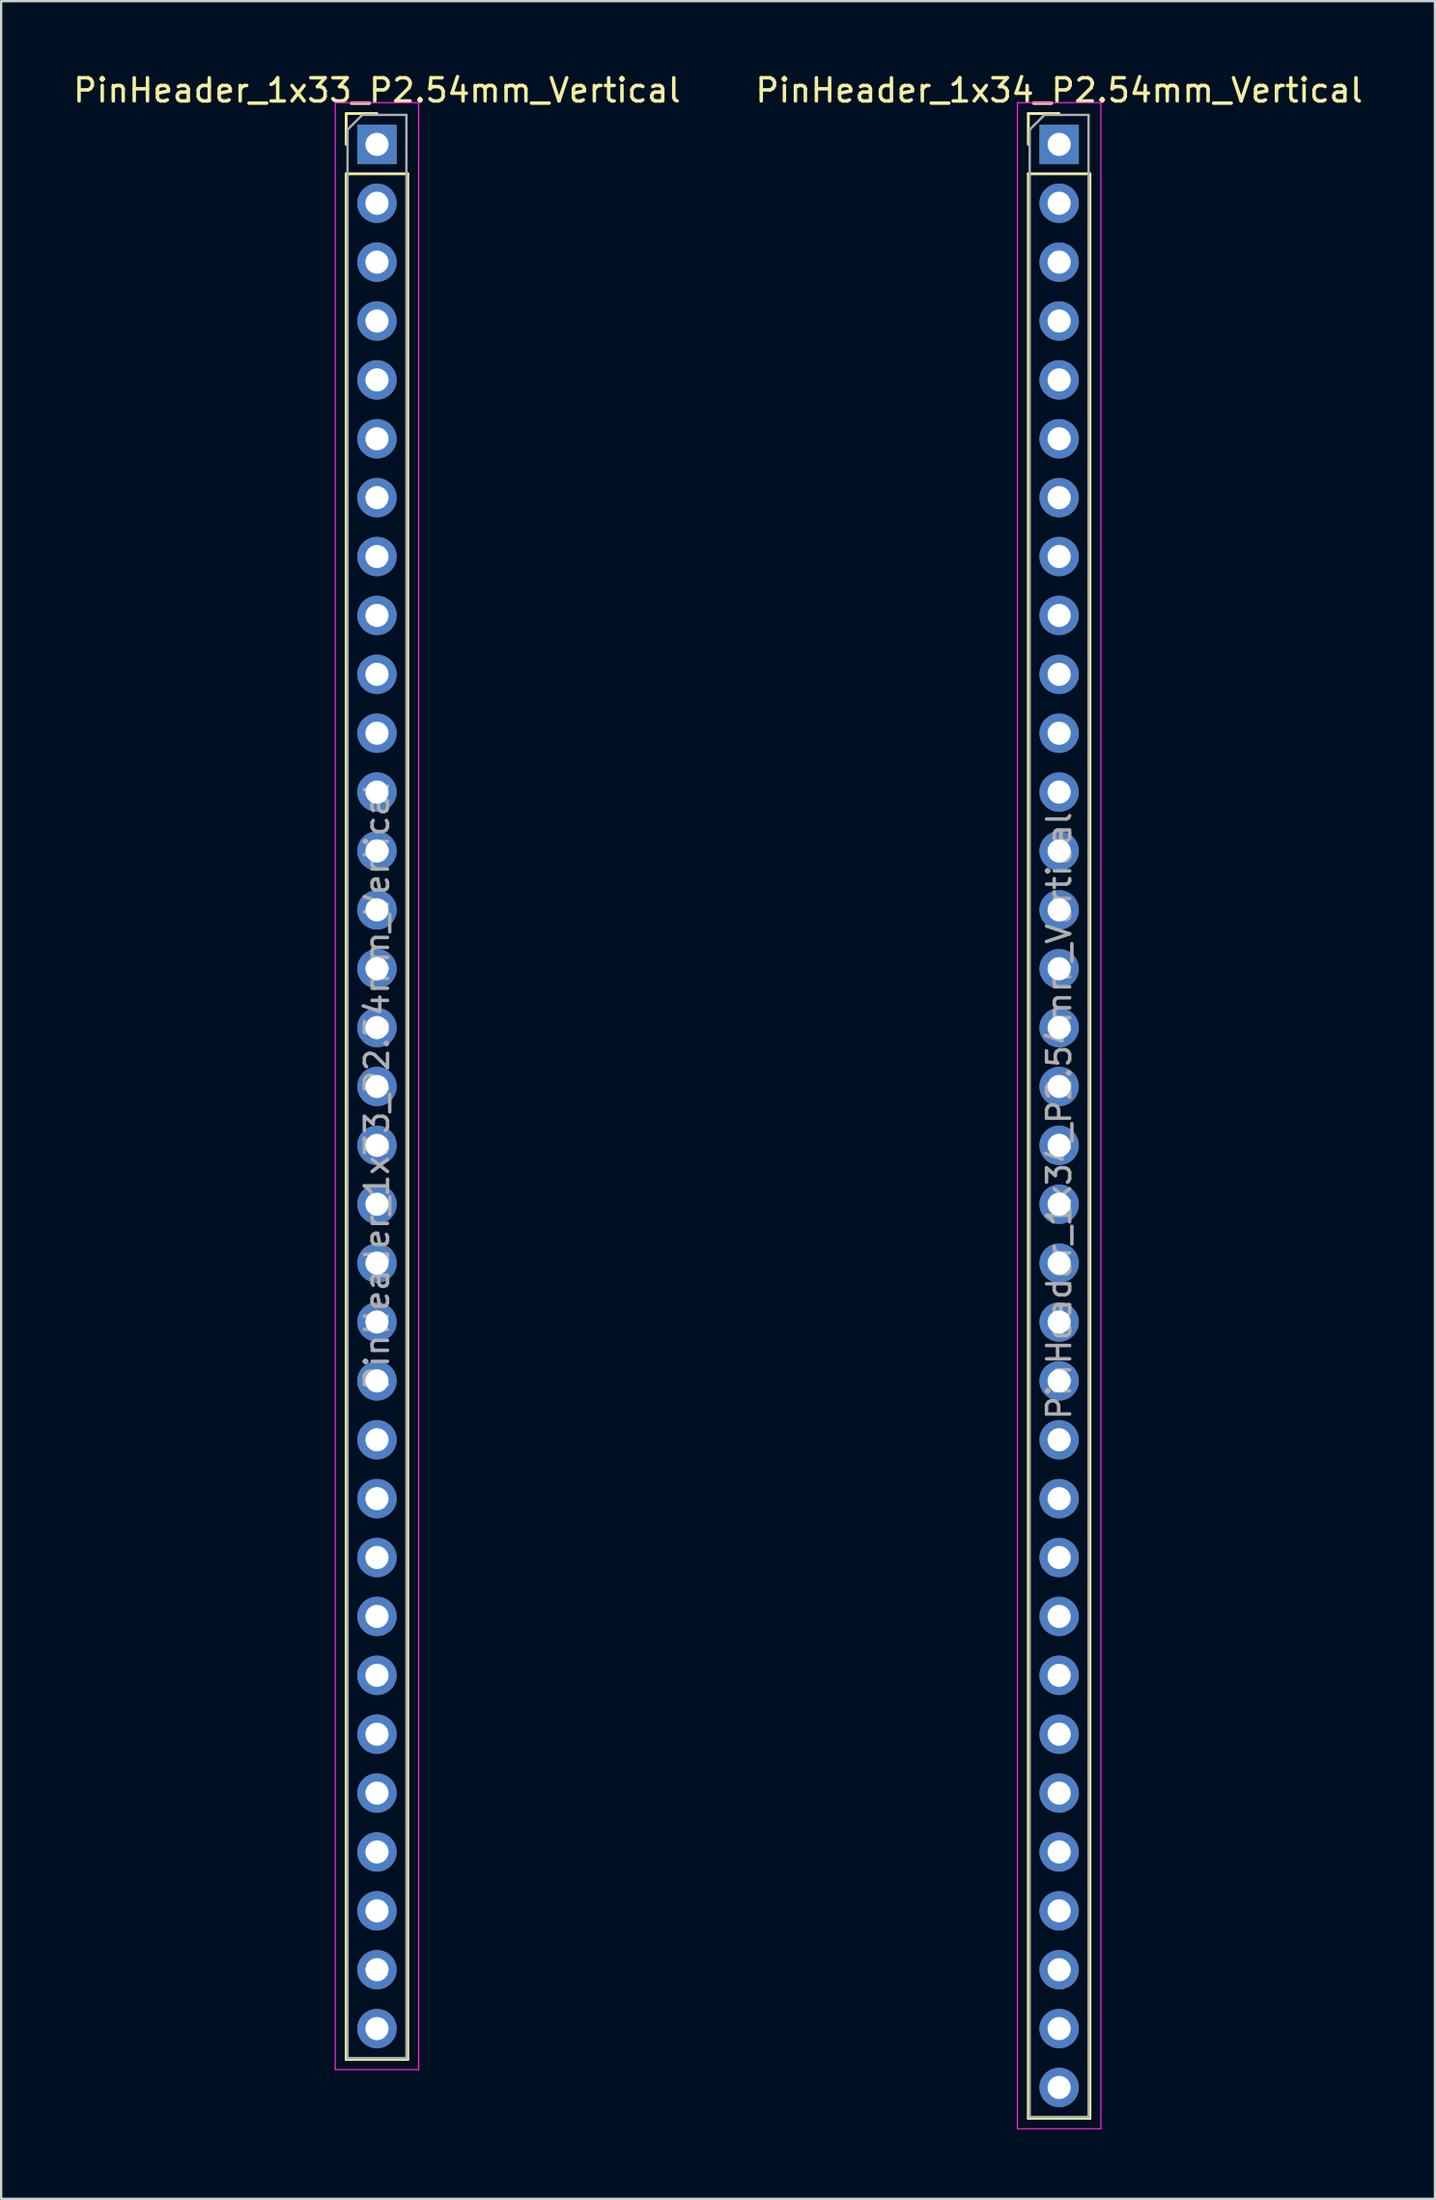
<source format=kicad_pcb>
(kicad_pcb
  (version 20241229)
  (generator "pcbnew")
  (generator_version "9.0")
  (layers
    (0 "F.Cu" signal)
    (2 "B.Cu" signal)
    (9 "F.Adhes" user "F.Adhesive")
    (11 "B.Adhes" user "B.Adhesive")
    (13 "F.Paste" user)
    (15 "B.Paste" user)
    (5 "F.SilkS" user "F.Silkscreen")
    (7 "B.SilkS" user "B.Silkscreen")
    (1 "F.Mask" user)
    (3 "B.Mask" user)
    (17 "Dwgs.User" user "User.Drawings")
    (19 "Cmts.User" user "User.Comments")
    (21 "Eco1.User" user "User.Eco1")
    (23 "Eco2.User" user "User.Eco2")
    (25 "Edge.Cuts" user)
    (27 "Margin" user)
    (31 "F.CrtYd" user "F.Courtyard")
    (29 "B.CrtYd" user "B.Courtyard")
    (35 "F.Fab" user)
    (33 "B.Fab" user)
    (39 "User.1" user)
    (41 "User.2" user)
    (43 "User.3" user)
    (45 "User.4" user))
  (footprint "PinHeader_1x33_P2.54mm_Vertical"
    (layer "F.Cu")
    (at 13.22 3.178)
    (property "Reference" "PinHeader_1x33_P2.54mm_Vertical" (at 0 -2.33 0) (layer "F.SilkS") (effects (font (size 1 1) (thickness 0.15))))
    (attr through_hole)
    (fp_line (start -1.33 -1.33) (end 0 -1.33) (stroke (width 0.12) (type solid)) (layer "F.SilkS"))
    (fp_line (start -1.33 0) (end -1.33 -1.33) (stroke (width 0.12) (type solid)) (layer "F.SilkS"))
    (fp_line (start -1.33 1.27) (end -1.33 82.61) (stroke (width 0.12) (type solid)) (layer "F.SilkS"))
    (fp_line (start -1.33 1.27) (end 1.33 1.27) (stroke (width 0.12) (type solid)) (layer "F.SilkS"))
    (fp_line (start -1.33 82.61) (end 1.33 82.61) (stroke (width 0.12) (type solid)) (layer "F.SilkS"))
    (fp_line (start 1.33 1.27) (end 1.33 82.61) (stroke (width 0.12) (type solid)) (layer "F.SilkS"))
    (fp_line (start -1.8 -1.8) (end -1.8 83.05) (stroke (width 0.05) (type solid)) (layer "F.CrtYd"))
    (fp_line (start -1.8 83.05) (end 1.8 83.05) (stroke (width 0.05) (type solid)) (layer "F.CrtYd"))
    (fp_line (start 1.8 -1.8) (end -1.8 -1.8) (stroke (width 0.05) (type solid)) (layer "F.CrtYd"))
    (fp_line (start 1.8 83.05) (end 1.8 -1.8) (stroke (width 0.05) (type solid)) (layer "F.CrtYd"))
    (fp_line (start -1.27 -0.635) (end -0.635 -1.27) (stroke (width 0.1) (type solid)) (layer "F.Fab"))
    (fp_line (start -1.27 82.55) (end -1.27 -0.635) (stroke (width 0.1) (type solid)) (layer "F.Fab"))
    (fp_line (start -0.635 -1.27) (end 1.27 -1.27) (stroke (width 0.1) (type solid)) (layer "F.Fab"))
    (fp_line (start 1.27 -1.27) (end 1.27 82.55) (stroke (width 0.1) (type solid)) (layer "F.Fab"))
    (fp_line (start 1.27 82.55) (end -1.27 82.55) (stroke (width 0.1) (type solid)) (layer "F.Fab"))
    (fp_text user "${REFERENCE}" (at 0 40.64 90) (layer "F.Fab") (effects (font (size 1 1) (thickness 0.15))))
    (pad "1" thru_hole rect (at 0 0) (size 1.7 1.7) (drill 1) (layers "*.Cu" "*.Mask"))
    (pad "2" thru_hole oval (at 0 2.54) (size 1.7 1.7) (drill 1) (layers "*.Cu" "*.Mask"))
    (pad "3" thru_hole oval (at 0 5.08) (size 1.7 1.7) (drill 1) (layers "*.Cu" "*.Mask"))
    (pad "4" thru_hole oval (at 0 7.62) (size 1.7 1.7) (drill 1) (layers "*.Cu" "*.Mask"))
    (pad "5" thru_hole oval (at 0 10.16) (size 1.7 1.7) (drill 1) (layers "*.Cu" "*.Mask"))
    (pad "6" thru_hole oval (at 0 12.7) (size 1.7 1.7) (drill 1) (layers "*.Cu" "*.Mask"))
    (pad "7" thru_hole oval (at 0 15.24) (size 1.7 1.7) (drill 1) (layers "*.Cu" "*.Mask"))
    (pad "8" thru_hole oval (at 0 17.78) (size 1.7 1.7) (drill 1) (layers "*.Cu" "*.Mask"))
    (pad "9" thru_hole oval (at 0 20.32) (size 1.7 1.7) (drill 1) (layers "*.Cu" "*.Mask"))
    (pad "10" thru_hole oval (at 0 22.86) (size 1.7 1.7) (drill 1) (layers "*.Cu" "*.Mask"))
    (pad "11" thru_hole oval (at 0 25.4) (size 1.7 1.7) (drill 1) (layers "*.Cu" "*.Mask"))
    (pad "12" thru_hole oval (at 0 27.94) (size 1.7 1.7) (drill 1) (layers "*.Cu" "*.Mask"))
    (pad "13" thru_hole oval (at 0 30.48) (size 1.7 1.7) (drill 1) (layers "*.Cu" "*.Mask"))
    (pad "14" thru_hole oval (at 0 33.02) (size 1.7 1.7) (drill 1) (layers "*.Cu" "*.Mask"))
    (pad "15" thru_hole oval (at 0 35.56) (size 1.7 1.7) (drill 1) (layers "*.Cu" "*.Mask"))
    (pad "16" thru_hole oval (at 0 38.1) (size 1.7 1.7) (drill 1) (layers "*.Cu" "*.Mask"))
    (pad "17" thru_hole oval (at 0 40.64) (size 1.7 1.7) (drill 1) (layers "*.Cu" "*.Mask"))
    (pad "18" thru_hole oval (at 0 43.18) (size 1.7 1.7) (drill 1) (layers "*.Cu" "*.Mask"))
    (pad "19" thru_hole oval (at 0 45.72) (size 1.7 1.7) (drill 1) (layers "*.Cu" "*.Mask"))
    (pad "20" thru_hole oval (at 0 48.26) (size 1.7 1.7) (drill 1) (layers "*.Cu" "*.Mask"))
    (pad "21" thru_hole oval (at 0 50.8) (size 1.7 1.7) (drill 1) (layers "*.Cu" "*.Mask"))
    (pad "22" thru_hole oval (at 0 53.34) (size 1.7 1.7) (drill 1) (layers "*.Cu" "*.Mask"))
    (pad "23" thru_hole oval (at 0 55.88) (size 1.7 1.7) (drill 1) (layers "*.Cu" "*.Mask"))
    (pad "24" thru_hole oval (at 0 58.42) (size 1.7 1.7) (drill 1) (layers "*.Cu" "*.Mask"))
    (pad "25" thru_hole oval (at 0 60.96) (size 1.7 1.7) (drill 1) (layers "*.Cu" "*.Mask"))
    (pad "26" thru_hole oval (at 0 63.5) (size 1.7 1.7) (drill 1) (layers "*.Cu" "*.Mask"))
    (pad "27" thru_hole oval (at 0 66.04) (size 1.7 1.7) (drill 1) (layers "*.Cu" "*.Mask"))
    (pad "28" thru_hole oval (at 0 68.58) (size 1.7 1.7) (drill 1) (layers "*.Cu" "*.Mask"))
    (pad "29" thru_hole oval (at 0 71.12) (size 1.7 1.7) (drill 1) (layers "*.Cu" "*.Mask"))
    (pad "30" thru_hole oval (at 0 73.66) (size 1.7 1.7) (drill 1) (layers "*.Cu" "*.Mask"))
    (pad "31" thru_hole oval (at 0 76.2) (size 1.7 1.7) (drill 1) (layers "*.Cu" "*.Mask"))
    (pad "32" thru_hole oval (at 0 78.74) (size 1.7 1.7) (drill 1) (layers "*.Cu" "*.Mask"))
    (pad "33" thru_hole oval (at 0 81.28) (size 1.7 1.7) (drill 1) (layers "*.Cu" "*.Mask")))
  (footprint "PinHeader_1x34_P2.54mm_Vertical"
    (layer "F.Cu")
    (at 42.661 3.178)
    (property "Reference" "PinHeader_1x34_P2.54mm_Vertical" (at 0 -2.33 0) (layer "F.SilkS") (effects (font (size 1 1) (thickness 0.15))))
    (attr through_hole)
    (fp_line (start -1.33 -1.33) (end 0 -1.33) (stroke (width 0.12) (type solid)) (layer "F.SilkS"))
    (fp_line (start -1.33 0) (end -1.33 -1.33) (stroke (width 0.12) (type solid)) (layer "F.SilkS"))
    (fp_line (start -1.33 1.27) (end -1.33 85.15) (stroke (width 0.12) (type solid)) (layer "F.SilkS"))
    (fp_line (start -1.33 1.27) (end 1.33 1.27) (stroke (width 0.12) (type solid)) (layer "F.SilkS"))
    (fp_line (start -1.33 85.15) (end 1.33 85.15) (stroke (width 0.12) (type solid)) (layer "F.SilkS"))
    (fp_line (start 1.33 1.27) (end 1.33 85.15) (stroke (width 0.12) (type solid)) (layer "F.SilkS"))
    (fp_line (start -1.8 -1.8) (end -1.8 85.6) (stroke (width 0.05) (type solid)) (layer "F.CrtYd"))
    (fp_line (start -1.8 85.6) (end 1.8 85.6) (stroke (width 0.05) (type solid)) (layer "F.CrtYd"))
    (fp_line (start 1.8 -1.8) (end -1.8 -1.8) (stroke (width 0.05) (type solid)) (layer "F.CrtYd"))
    (fp_line (start 1.8 85.6) (end 1.8 -1.8) (stroke (width 0.05) (type solid)) (layer "F.CrtYd"))
    (fp_line (start -1.27 -0.635) (end -0.635 -1.27) (stroke (width 0.1) (type solid)) (layer "F.Fab"))
    (fp_line (start -1.27 85.09) (end -1.27 -0.635) (stroke (width 0.1) (type solid)) (layer "F.Fab"))
    (fp_line (start -0.635 -1.27) (end 1.27 -1.27) (stroke (width 0.1) (type solid)) (layer "F.Fab"))
    (fp_line (start 1.27 -1.27) (end 1.27 85.09) (stroke (width 0.1) (type solid)) (layer "F.Fab"))
    (fp_line (start 1.27 85.09) (end -1.27 85.09) (stroke (width 0.1) (type solid)) (layer "F.Fab"))
    (fp_text user "${REFERENCE}" (at 0 41.91 90) (layer "F.Fab") (effects (font (size 1 1) (thickness 0.15))))
    (pad "1" thru_hole rect (at 0 0) (size 1.7 1.7) (drill 1) (layers "*.Cu" "*.Mask"))
    (pad "2" thru_hole oval (at 0 2.54) (size 1.7 1.7) (drill 1) (layers "*.Cu" "*.Mask"))
    (pad "3" thru_hole oval (at 0 5.08) (size 1.7 1.7) (drill 1) (layers "*.Cu" "*.Mask"))
    (pad "4" thru_hole oval (at 0 7.62) (size 1.7 1.7) (drill 1) (layers "*.Cu" "*.Mask"))
    (pad "5" thru_hole oval (at 0 10.16) (size 1.7 1.7) (drill 1) (layers "*.Cu" "*.Mask"))
    (pad "6" thru_hole oval (at 0 12.7) (size 1.7 1.7) (drill 1) (layers "*.Cu" "*.Mask"))
    (pad "7" thru_hole oval (at 0 15.24) (size 1.7 1.7) (drill 1) (layers "*.Cu" "*.Mask"))
    (pad "8" thru_hole oval (at 0 17.78) (size 1.7 1.7) (drill 1) (layers "*.Cu" "*.Mask"))
    (pad "9" thru_hole oval (at 0 20.32) (size 1.7 1.7) (drill 1) (layers "*.Cu" "*.Mask"))
    (pad "10" thru_hole oval (at 0 22.86) (size 1.7 1.7) (drill 1) (layers "*.Cu" "*.Mask"))
    (pad "11" thru_hole oval (at 0 25.4) (size 1.7 1.7) (drill 1) (layers "*.Cu" "*.Mask"))
    (pad "12" thru_hole oval (at 0 27.94) (size 1.7 1.7) (drill 1) (layers "*.Cu" "*.Mask"))
    (pad "13" thru_hole oval (at 0 30.48) (size 1.7 1.7) (drill 1) (layers "*.Cu" "*.Mask"))
    (pad "14" thru_hole oval (at 0 33.02) (size 1.7 1.7) (drill 1) (layers "*.Cu" "*.Mask"))
    (pad "15" thru_hole oval (at 0 35.56) (size 1.7 1.7) (drill 1) (layers "*.Cu" "*.Mask"))
    (pad "16" thru_hole oval (at 0 38.1) (size 1.7 1.7) (drill 1) (layers "*.Cu" "*.Mask"))
    (pad "17" thru_hole oval (at 0 40.64) (size 1.7 1.7) (drill 1) (layers "*.Cu" "*.Mask"))
    (pad "18" thru_hole oval (at 0 43.18) (size 1.7 1.7) (drill 1) (layers "*.Cu" "*.Mask"))
    (pad "19" thru_hole oval (at 0 45.72) (size 1.7 1.7) (drill 1) (layers "*.Cu" "*.Mask"))
    (pad "20" thru_hole oval (at 0 48.26) (size 1.7 1.7) (drill 1) (layers "*.Cu" "*.Mask"))
    (pad "21" thru_hole oval (at 0 50.8) (size 1.7 1.7) (drill 1) (layers "*.Cu" "*.Mask"))
    (pad "22" thru_hole oval (at 0 53.34) (size 1.7 1.7) (drill 1) (layers "*.Cu" "*.Mask"))
    (pad "23" thru_hole oval (at 0 55.88) (size 1.7 1.7) (drill 1) (layers "*.Cu" "*.Mask"))
    (pad "24" thru_hole oval (at 0 58.42) (size 1.7 1.7) (drill 1) (layers "*.Cu" "*.Mask"))
    (pad "25" thru_hole oval (at 0 60.96) (size 1.7 1.7) (drill 1) (layers "*.Cu" "*.Mask"))
    (pad "26" thru_hole oval (at 0 63.5) (size 1.7 1.7) (drill 1) (layers "*.Cu" "*.Mask"))
    (pad "27" thru_hole oval (at 0 66.04) (size 1.7 1.7) (drill 1) (layers "*.Cu" "*.Mask"))
    (pad "28" thru_hole oval (at 0 68.58) (size 1.7 1.7) (drill 1) (layers "*.Cu" "*.Mask"))
    (pad "29" thru_hole oval (at 0 71.12) (size 1.7 1.7) (drill 1) (layers "*.Cu" "*.Mask"))
    (pad "30" thru_hole oval (at 0 73.66) (size 1.7 1.7) (drill 1) (layers "*.Cu" "*.Mask"))
    (pad "31" thru_hole oval (at 0 76.2) (size 1.7 1.7) (drill 1) (layers "*.Cu" "*.Mask"))
    (pad "32" thru_hole oval (at 0 78.74) (size 1.7 1.7) (drill 1) (layers "*.Cu" "*.Mask"))
    (pad "33" thru_hole oval (at 0 81.28) (size 1.7 1.7) (drill 1) (layers "*.Cu" "*.Mask"))
    (pad "34" thru_hole oval (at 0 83.82) (size 1.7 1.7) (drill 1) (layers "*.Cu" "*.Mask")))
  (gr_rect
    (start -3 -3)
    (end 58.881 91.803)
    (stroke (width 0.1) (type default))
    (fill no)
    (layer "Edge.Cuts")))
</source>
